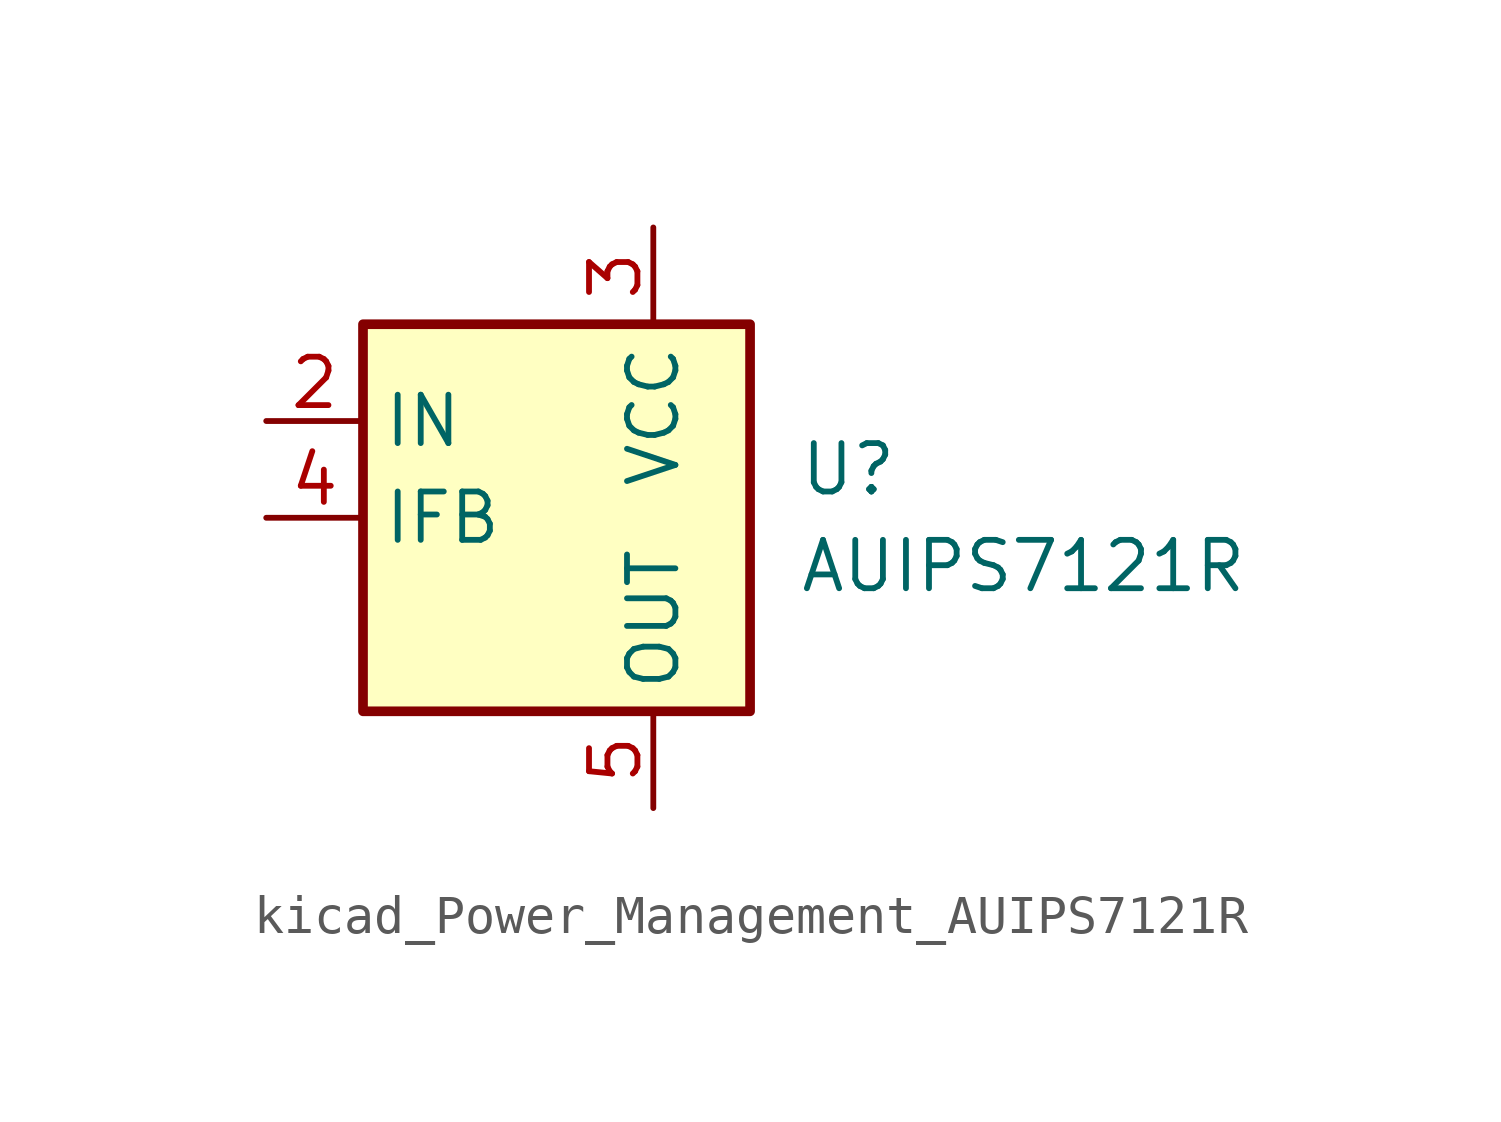
<source format=kicad_sym>
(kicad_symbol_lib
  (version 20220914)
  (generator kicad_symbol_editor)
  (symbol "kicad_Power_Management_AUIPS7121R"
    (property "Reference" "U"
      (at 3.81 1.27 0)
      (effects (font (size 1.27 1.27)) (justify left)))
    (property "Value" "AUIPS7121R"
      (at 3.81 -1.27 0)
      (effects (font (size 1.27 1.27)) (justify left)))
    (symbol "kicad_Power_Management_AUIPS7121R_0_1"
      (rectangle (start -7.62 5.08) (end 2.54 -5.08) (stroke (width 0.254) (type default)) (fill (type background))))
    (symbol "kicad_Power_Management_AUIPS7121R_1_1"
      (pin no_connect line (at -7.62 -2.54 0) (length 2.54) hide (name "NC" (effects (font (size 1.27 1.27)))) (number "1" (effects (font (size 1.27 1.27)))))
      (pin input line (at -10.16 2.54 0) (length 2.54) (name "IN" (effects (font (size 1.27 1.27)))) (number "2" (effects (font (size 1.27 1.27)))))
      (pin power_in line (at 0 7.62 270) (length 2.54) (name "VCC" (effects (font (size 1.27 1.27)))) (number "3" (effects (font (size 1.27 1.27)))))
      (pin output line (at -10.16 0 0) (length 2.54) (name "IFB" (effects (font (size 1.27 1.27)))) (number "4" (effects (font (size 1.27 1.27)))))
      (pin power_out line (at 0 -7.62 90) (length 2.54) (name "OUT" (effects (font (size 1.27 1.27)))) (number "5" (effects (font (size 1.27 1.27))))))))
</source>
